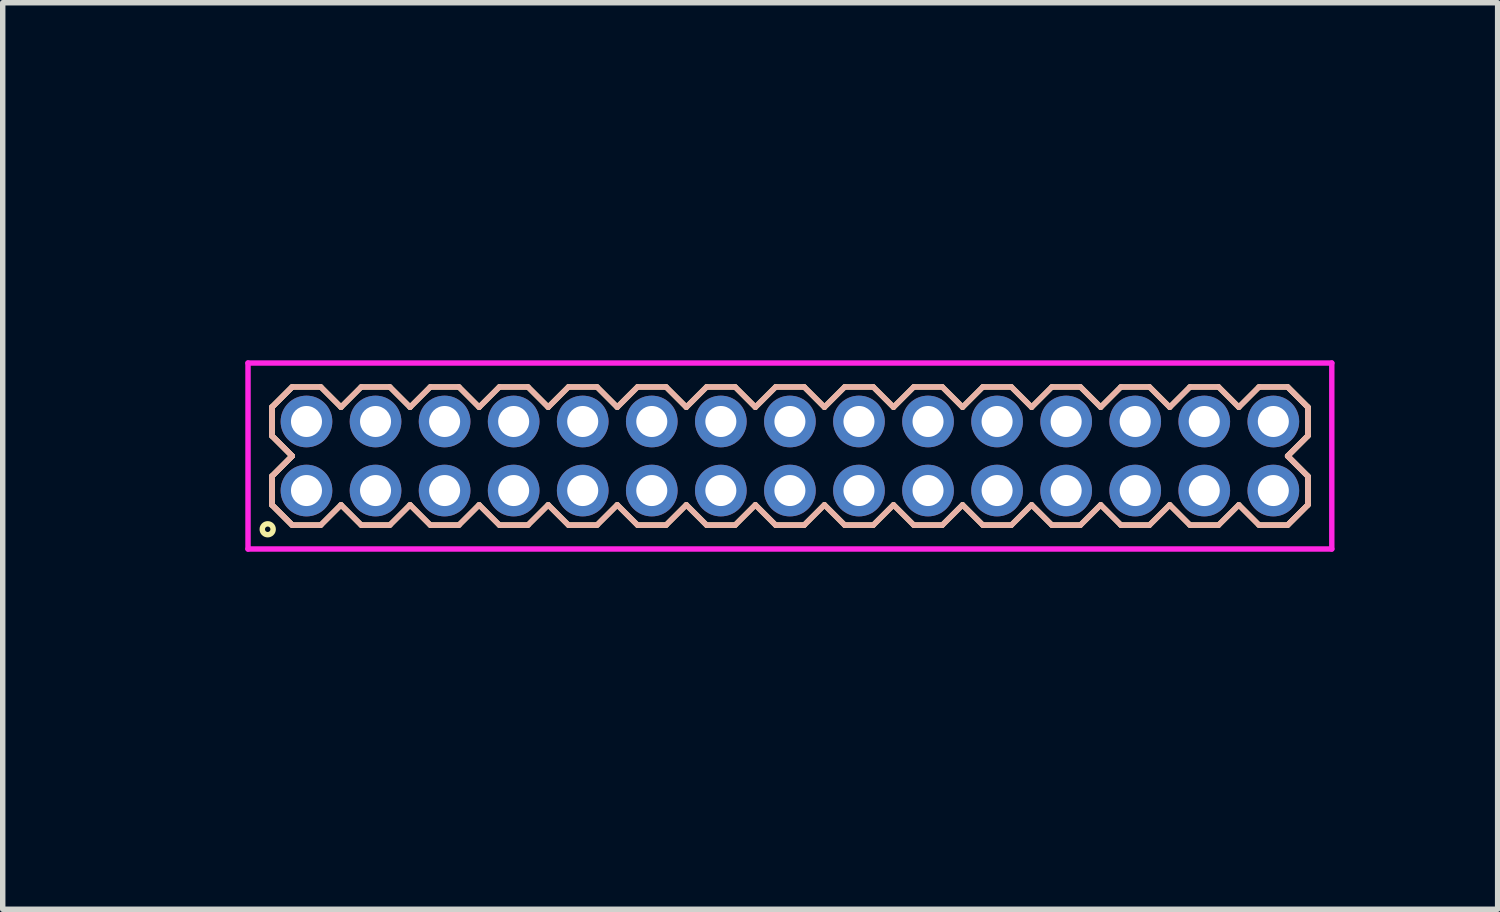
<source format=kicad_pcb>
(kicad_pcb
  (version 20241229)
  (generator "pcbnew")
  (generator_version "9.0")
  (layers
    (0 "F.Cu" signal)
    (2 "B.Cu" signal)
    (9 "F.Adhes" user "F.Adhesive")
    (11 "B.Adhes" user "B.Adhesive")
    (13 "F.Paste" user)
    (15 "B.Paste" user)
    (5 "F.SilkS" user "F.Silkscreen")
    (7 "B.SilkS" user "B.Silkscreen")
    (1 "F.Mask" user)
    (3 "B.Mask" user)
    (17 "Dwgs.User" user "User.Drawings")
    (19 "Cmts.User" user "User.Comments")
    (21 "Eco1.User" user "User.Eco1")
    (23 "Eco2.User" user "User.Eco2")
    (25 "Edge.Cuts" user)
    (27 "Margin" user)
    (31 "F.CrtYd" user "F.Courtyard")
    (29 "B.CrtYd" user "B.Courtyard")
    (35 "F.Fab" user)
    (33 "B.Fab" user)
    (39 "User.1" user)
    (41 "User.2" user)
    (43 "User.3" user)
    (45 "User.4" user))
  (footprint "HDR127P15x2"
    (layer "F.Cu")
    (at 11.476 5.336)
    (property "Reference" "HDR127P15x2" (at -10.715 0 90) (layer "User.1") (effects (font (size 1 1) (thickness 0.1))))
    (attr through_hole)
    (fp_line (start -9.525 -0.898) (end -9.153 -1.27) (stroke (width 0.1) (type solid)) (layer "F.SilkS"))
    (fp_line (start -9.525 -0.898) (end -9.153 -1.27) (stroke (width 0.1) (type solid)) (layer "F.SilkS"))
    (fp_line (start -9.525 -0.372) (end -9.525 -0.898) (stroke (width 0.1) (type solid)) (layer "F.SilkS"))
    (fp_line (start -9.525 -0.372) (end -9.525 -0.898) (stroke (width 0.1) (type solid)) (layer "F.SilkS"))
    (fp_line (start -9.525 0.372) (end -9.153 0) (stroke (width 0.1) (type solid)) (layer "F.SilkS"))
    (fp_line (start -9.525 0.372) (end -9.153 0) (stroke (width 0.1) (type solid)) (layer "F.SilkS"))
    (fp_line (start -9.525 0.898) (end -9.525 0.372) (stroke (width 0.1) (type solid)) (layer "F.SilkS"))
    (fp_line (start -9.525 0.898) (end -9.525 0.372) (stroke (width 0.1) (type solid)) (layer "F.SilkS"))
    (fp_line (start -9.153 -1.27) (end -8.627 -1.27) (stroke (width 0.1) (type solid)) (layer "F.SilkS"))
    (fp_line (start -9.153 0) (end -9.525 -0.372) (stroke (width 0.1) (type solid)) (layer "F.SilkS"))
    (fp_line (start -9.153 0) (end -9.525 -0.372) (stroke (width 0.1) (type solid)) (layer "F.SilkS"))
    (fp_line (start -9.153 1.27) (end -9.525 0.898) (stroke (width 0.1) (type solid)) (layer "F.SilkS"))
    (fp_line (start -9.153 1.27) (end -9.525 0.898) (stroke (width 0.1) (type solid)) (layer "F.SilkS"))
    (fp_line (start -8.627 -1.27) (end -8.255 -0.898) (stroke (width 0.1) (type solid)) (layer "F.SilkS"))
    (fp_line (start -8.627 1.27) (end -9.153 1.27) (stroke (width 0.1) (type solid)) (layer "F.SilkS"))
    (fp_line (start -8.255 -0.898) (end -7.883 -1.27) (stroke (width 0.1) (type solid)) (layer "F.SilkS"))
    (fp_line (start -8.255 0.898) (end -8.627 1.27) (stroke (width 0.1) (type solid)) (layer "F.SilkS"))
    (fp_line (start -7.883 -1.27) (end -7.357 -1.27) (stroke (width 0.1) (type solid)) (layer "F.SilkS"))
    (fp_line (start -7.883 1.27) (end -8.255 0.898) (stroke (width 0.1) (type solid)) (layer "F.SilkS"))
    (fp_line (start -7.357 -1.27) (end -6.985 -0.898) (stroke (width 0.1) (type solid)) (layer "F.SilkS"))
    (fp_line (start -7.357 1.27) (end -7.883 1.27) (stroke (width 0.1) (type solid)) (layer "F.SilkS"))
    (fp_line (start -6.985 -0.898) (end -6.613 -1.27) (stroke (width 0.1) (type solid)) (layer "F.SilkS"))
    (fp_line (start -6.985 0.898) (end -7.357 1.27) (stroke (width 0.1) (type solid)) (layer "F.SilkS"))
    (fp_line (start -6.613 -1.27) (end -6.087 -1.27) (stroke (width 0.1) (type solid)) (layer "F.SilkS"))
    (fp_line (start -6.613 1.27) (end -6.985 0.898) (stroke (width 0.1) (type solid)) (layer "F.SilkS"))
    (fp_line (start -6.087 -1.27) (end -5.715 -0.898) (stroke (width 0.1) (type solid)) (layer "F.SilkS"))
    (fp_line (start -6.087 1.27) (end -6.613 1.27) (stroke (width 0.1) (type solid)) (layer "F.SilkS"))
    (fp_line (start -5.715 -0.898) (end -5.343 -1.27) (stroke (width 0.1) (type solid)) (layer "F.SilkS"))
    (fp_line (start -5.715 0.898) (end -6.087 1.27) (stroke (width 0.1) (type solid)) (layer "F.SilkS"))
    (fp_line (start -5.343 -1.27) (end -4.817 -1.27) (stroke (width 0.1) (type solid)) (layer "F.SilkS"))
    (fp_line (start -5.343 1.27) (end -5.715 0.898) (stroke (width 0.1) (type solid)) (layer "F.SilkS"))
    (fp_line (start -4.817 -1.27) (end -4.445 -0.898) (stroke (width 0.1) (type solid)) (layer "F.SilkS"))
    (fp_line (start -4.817 1.27) (end -5.343 1.27) (stroke (width 0.1) (type solid)) (layer "F.SilkS"))
    (fp_line (start -4.445 -0.898) (end -4.073 -1.27) (stroke (width 0.1) (type solid)) (layer "F.SilkS"))
    (fp_line (start -4.445 0.898) (end -4.817 1.27) (stroke (width 0.1) (type solid)) (layer "F.SilkS"))
    (fp_line (start -4.073 -1.27) (end -3.547 -1.27) (stroke (width 0.1) (type solid)) (layer "F.SilkS"))
    (fp_line (start -4.073 1.27) (end -4.445 0.898) (stroke (width 0.1) (type solid)) (layer "F.SilkS"))
    (fp_line (start -3.547 -1.27) (end -3.175 -0.898) (stroke (width 0.1) (type solid)) (layer "F.SilkS"))
    (fp_line (start -3.547 1.27) (end -4.073 1.27) (stroke (width 0.1) (type solid)) (layer "F.SilkS"))
    (fp_line (start -3.175 -0.898) (end -2.803 -1.27) (stroke (width 0.1) (type solid)) (layer "F.SilkS"))
    (fp_line (start -3.175 0.898) (end -3.547 1.27) (stroke (width 0.1) (type solid)) (layer "F.SilkS"))
    (fp_line (start -2.803 -1.27) (end -2.277 -1.27) (stroke (width 0.1) (type solid)) (layer "F.SilkS"))
    (fp_line (start -2.803 1.27) (end -3.175 0.898) (stroke (width 0.1) (type solid)) (layer "F.SilkS"))
    (fp_line (start -2.277 -1.27) (end -1.905 -0.898) (stroke (width 0.1) (type solid)) (layer "F.SilkS"))
    (fp_line (start -2.277 1.27) (end -2.803 1.27) (stroke (width 0.1) (type solid)) (layer "F.SilkS"))
    (fp_line (start -1.905 -0.898) (end -1.533 -1.27) (stroke (width 0.1) (type solid)) (layer "F.SilkS"))
    (fp_line (start -1.905 0.898) (end -2.277 1.27) (stroke (width 0.1) (type solid)) (layer "F.SilkS"))
    (fp_line (start -1.533 -1.27) (end -1.007 -1.27) (stroke (width 0.1) (type solid)) (layer "F.SilkS"))
    (fp_line (start -1.533 1.27) (end -1.905 0.898) (stroke (width 0.1) (type solid)) (layer "F.SilkS"))
    (fp_line (start -1.007 -1.27) (end -0.635 -0.898) (stroke (width 0.1) (type solid)) (layer "F.SilkS"))
    (fp_line (start -1.007 1.27) (end -1.533 1.27) (stroke (width 0.1) (type solid)) (layer "F.SilkS"))
    (fp_line (start -0.635 -0.898) (end -0.263 -1.27) (stroke (width 0.1) (type solid)) (layer "F.SilkS"))
    (fp_line (start -0.635 0.898) (end -1.007 1.27) (stroke (width 0.1) (type solid)) (layer "F.SilkS"))
    (fp_line (start -0.263 -1.27) (end 0.263 -1.27) (stroke (width 0.1) (type solid)) (layer "F.SilkS"))
    (fp_line (start -0.263 1.27) (end -0.635 0.898) (stroke (width 0.1) (type solid)) (layer "F.SilkS"))
    (fp_line (start 0.263 -1.27) (end 0.635 -0.898) (stroke (width 0.1) (type solid)) (layer "F.SilkS"))
    (fp_line (start 0.263 1.27) (end -0.263 1.27) (stroke (width 0.1) (type solid)) (layer "F.SilkS"))
    (fp_line (start 0.635 -0.898) (end 1.007 -1.27) (stroke (width 0.1) (type solid)) (layer "F.SilkS"))
    (fp_line (start 0.635 0.898) (end 0.263 1.27) (stroke (width 0.1) (type solid)) (layer "F.SilkS"))
    (fp_line (start 1.007 -1.27) (end 1.533 -1.27) (stroke (width 0.1) (type solid)) (layer "F.SilkS"))
    (fp_line (start 1.007 1.27) (end 0.635 0.898) (stroke (width 0.1) (type solid)) (layer "F.SilkS"))
    (fp_line (start 1.533 -1.27) (end 1.905 -0.898) (stroke (width 0.1) (type solid)) (layer "F.SilkS"))
    (fp_line (start 1.533 1.27) (end 1.007 1.27) (stroke (width 0.1) (type solid)) (layer "F.SilkS"))
    (fp_line (start 1.905 -0.898) (end 2.277 -1.27) (stroke (width 0.1) (type solid)) (layer "F.SilkS"))
    (fp_line (start 1.905 0.898) (end 1.533 1.27) (stroke (width 0.1) (type solid)) (layer "F.SilkS"))
    (fp_line (start 2.277 -1.27) (end 2.803 -1.27) (stroke (width 0.1) (type solid)) (layer "F.SilkS"))
    (fp_line (start 2.277 1.27) (end 1.905 0.898) (stroke (width 0.1) (type solid)) (layer "F.SilkS"))
    (fp_line (start 2.803 -1.27) (end 3.175 -0.898) (stroke (width 0.1) (type solid)) (layer "F.SilkS"))
    (fp_line (start 2.803 1.27) (end 2.277 1.27) (stroke (width 0.1) (type solid)) (layer "F.SilkS"))
    (fp_line (start 3.175 -0.898) (end 3.547 -1.27) (stroke (width 0.1) (type solid)) (layer "F.SilkS"))
    (fp_line (start 3.175 0.898) (end 2.803 1.27) (stroke (width 0.1) (type solid)) (layer "F.SilkS"))
    (fp_line (start 3.547 -1.27) (end 4.073 -1.27) (stroke (width 0.1) (type solid)) (layer "F.SilkS"))
    (fp_line (start 3.547 1.27) (end 3.175 0.898) (stroke (width 0.1) (type solid)) (layer "F.SilkS"))
    (fp_line (start 4.073 -1.27) (end 4.445 -0.898) (stroke (width 0.1) (type solid)) (layer "F.SilkS"))
    (fp_line (start 4.073 1.27) (end 3.547 1.27) (stroke (width 0.1) (type solid)) (layer "F.SilkS"))
    (fp_line (start 4.445 -0.898) (end 4.817 -1.27) (stroke (width 0.1) (type solid)) (layer "F.SilkS"))
    (fp_line (start 4.445 0.898) (end 4.073 1.27) (stroke (width 0.1) (type solid)) (layer "F.SilkS"))
    (fp_line (start 4.817 -1.27) (end 5.343 -1.27) (stroke (width 0.1) (type solid)) (layer "F.SilkS"))
    (fp_line (start 4.817 1.27) (end 4.445 0.898) (stroke (width 0.1) (type solid)) (layer "F.SilkS"))
    (fp_line (start 5.343 -1.27) (end 5.715 -0.898) (stroke (width 0.1) (type solid)) (layer "F.SilkS"))
    (fp_line (start 5.343 1.27) (end 4.817 1.27) (stroke (width 0.1) (type solid)) (layer "F.SilkS"))
    (fp_line (start 5.715 -0.898) (end 6.087 -1.27) (stroke (width 0.1) (type solid)) (layer "F.SilkS"))
    (fp_line (start 5.715 0.898) (end 5.343 1.27) (stroke (width 0.1) (type solid)) (layer "F.SilkS"))
    (fp_line (start 6.087 -1.27) (end 6.613 -1.27) (stroke (width 0.1) (type solid)) (layer "F.SilkS"))
    (fp_line (start 6.087 1.27) (end 5.715 0.898) (stroke (width 0.1) (type solid)) (layer "F.SilkS"))
    (fp_line (start 6.613 -1.27) (end 6.985 -0.898) (stroke (width 0.1) (type solid)) (layer "F.SilkS"))
    (fp_line (start 6.613 1.27) (end 6.087 1.27) (stroke (width 0.1) (type solid)) (layer "F.SilkS"))
    (fp_line (start 6.985 -0.898) (end 7.357 -1.27) (stroke (width 0.1) (type solid)) (layer "F.SilkS"))
    (fp_line (start 6.985 0.898) (end 6.613 1.27) (stroke (width 0.1) (type solid)) (layer "F.SilkS"))
    (fp_line (start 7.357 -1.27) (end 7.883 -1.27) (stroke (width 0.1) (type solid)) (layer "F.SilkS"))
    (fp_line (start 7.357 1.27) (end 6.985 0.898) (stroke (width 0.1) (type solid)) (layer "F.SilkS"))
    (fp_line (start 7.883 -1.27) (end 8.255 -0.898) (stroke (width 0.1) (type solid)) (layer "F.SilkS"))
    (fp_line (start 7.883 1.27) (end 7.357 1.27) (stroke (width 0.1) (type solid)) (layer "F.SilkS"))
    (fp_line (start 8.255 -0.898) (end 8.627 -1.27) (stroke (width 0.1) (type solid)) (layer "F.SilkS"))
    (fp_line (start 8.255 0.898) (end 7.883 1.27) (stroke (width 0.1) (type solid)) (layer "F.SilkS"))
    (fp_line (start 8.627 -1.27) (end 9.153 -1.27) (stroke (width 0.1) (type solid)) (layer "F.SilkS"))
    (fp_line (start 8.627 1.27) (end 8.255 0.898) (stroke (width 0.1) (type solid)) (layer "F.SilkS"))
    (fp_line (start 9.153 -1.27) (end 9.525 -0.898) (stroke (width 0.1) (type solid)) (layer "F.SilkS"))
    (fp_line (start 9.153 -1.27) (end 9.525 -0.898) (stroke (width 0.1) (type solid)) (layer "F.SilkS"))
    (fp_line (start 9.153 0) (end 9.525 0.372) (stroke (width 0.1) (type solid)) (layer "F.SilkS"))
    (fp_line (start 9.153 0) (end 9.525 0.372) (stroke (width 0.1) (type solid)) (layer "F.SilkS"))
    (fp_line (start 9.153 1.27) (end 8.627 1.27) (stroke (width 0.1) (type solid)) (layer "F.SilkS"))
    (fp_line (start 9.525 -0.898) (end 9.525 -0.372) (stroke (width 0.1) (type solid)) (layer "F.SilkS"))
    (fp_line (start 9.525 -0.898) (end 9.525 -0.372) (stroke (width 0.1) (type solid)) (layer "F.SilkS"))
    (fp_line (start 9.525 -0.372) (end 9.153 0) (stroke (width 0.1) (type solid)) (layer "F.SilkS"))
    (fp_line (start 9.525 -0.372) (end 9.153 0) (stroke (width 0.1) (type solid)) (layer "F.SilkS"))
    (fp_line (start 9.525 0.372) (end 9.525 0.898) (stroke (width 0.1) (type solid)) (layer "F.SilkS"))
    (fp_line (start 9.525 0.372) (end 9.525 0.898) (stroke (width 0.1) (type solid)) (layer "F.SilkS"))
    (fp_line (start 9.525 0.898) (end 9.153 1.27) (stroke (width 0.1) (type solid)) (layer "F.SilkS"))
    (fp_line (start 9.525 0.898) (end 9.153 1.27) (stroke (width 0.1) (type solid)) (layer "F.SilkS"))
    (fp_circle (center -9.603 1.347) (end -9.503 1.347) (stroke (width 0.1) (type solid)) (fill no) (layer "F.SilkS"))
    (fp_line (start -9.525 -0.898) (end -9.153 -1.27) (stroke (width 0.1) (type solid)) (layer "B.SilkS"))
    (fp_line (start -9.525 -0.898) (end -9.153 -1.27) (stroke (width 0.1) (type solid)) (layer "B.SilkS"))
    (fp_line (start -9.525 -0.372) (end -9.525 -0.898) (stroke (width 0.1) (type solid)) (layer "B.SilkS"))
    (fp_line (start -9.525 -0.372) (end -9.525 -0.898) (stroke (width 0.1) (type solid)) (layer "B.SilkS"))
    (fp_line (start -9.525 0.372) (end -9.153 0) (stroke (width 0.1) (type solid)) (layer "B.SilkS"))
    (fp_line (start -9.525 0.372) (end -9.153 0) (stroke (width 0.1) (type solid)) (layer "B.SilkS"))
    (fp_line (start -9.525 0.898) (end -9.525 0.372) (stroke (width 0.1) (type solid)) (layer "B.SilkS"))
    (fp_line (start -9.525 0.898) (end -9.525 0.372) (stroke (width 0.1) (type solid)) (layer "B.SilkS"))
    (fp_line (start -9.153 -1.27) (end -8.627 -1.27) (stroke (width 0.1) (type solid)) (layer "B.SilkS"))
    (fp_line (start -9.153 0) (end -9.525 -0.372) (stroke (width 0.1) (type solid)) (layer "B.SilkS"))
    (fp_line (start -9.153 0) (end -9.525 -0.372) (stroke (width 0.1) (type solid)) (layer "B.SilkS"))
    (fp_line (start -9.153 1.27) (end -9.525 0.898) (stroke (width 0.1) (type solid)) (layer "B.SilkS"))
    (fp_line (start -9.153 1.27) (end -9.525 0.898) (stroke (width 0.1) (type solid)) (layer "B.SilkS"))
    (fp_line (start -8.627 -1.27) (end -8.255 -0.898) (stroke (width 0.1) (type solid)) (layer "B.SilkS"))
    (fp_line (start -8.627 1.27) (end -9.153 1.27) (stroke (width 0.1) (type solid)) (layer "B.SilkS"))
    (fp_line (start -8.255 -0.898) (end -7.883 -1.27) (stroke (width 0.1) (type solid)) (layer "B.SilkS"))
    (fp_line (start -8.255 0.898) (end -8.627 1.27) (stroke (width 0.1) (type solid)) (layer "B.SilkS"))
    (fp_line (start -7.883 -1.27) (end -7.357 -1.27) (stroke (width 0.1) (type solid)) (layer "B.SilkS"))
    (fp_line (start -7.883 1.27) (end -8.255 0.898) (stroke (width 0.1) (type solid)) (layer "B.SilkS"))
    (fp_line (start -7.357 -1.27) (end -6.985 -0.898) (stroke (width 0.1) (type solid)) (layer "B.SilkS"))
    (fp_line (start -7.357 1.27) (end -7.883 1.27) (stroke (width 0.1) (type solid)) (layer "B.SilkS"))
    (fp_line (start -6.985 -0.898) (end -6.613 -1.27) (stroke (width 0.1) (type solid)) (layer "B.SilkS"))
    (fp_line (start -6.985 0.898) (end -7.357 1.27) (stroke (width 0.1) (type solid)) (layer "B.SilkS"))
    (fp_line (start -6.613 -1.27) (end -6.087 -1.27) (stroke (width 0.1) (type solid)) (layer "B.SilkS"))
    (fp_line (start -6.613 1.27) (end -6.985 0.898) (stroke (width 0.1) (type solid)) (layer "B.SilkS"))
    (fp_line (start -6.087 -1.27) (end -5.715 -0.898) (stroke (width 0.1) (type solid)) (layer "B.SilkS"))
    (fp_line (start -6.087 1.27) (end -6.613 1.27) (stroke (width 0.1) (type solid)) (layer "B.SilkS"))
    (fp_line (start -5.715 -0.898) (end -5.343 -1.27) (stroke (width 0.1) (type solid)) (layer "B.SilkS"))
    (fp_line (start -5.715 0.898) (end -6.087 1.27) (stroke (width 0.1) (type solid)) (layer "B.SilkS"))
    (fp_line (start -5.343 -1.27) (end -4.817 -1.27) (stroke (width 0.1) (type solid)) (layer "B.SilkS"))
    (fp_line (start -5.343 1.27) (end -5.715 0.898) (stroke (width 0.1) (type solid)) (layer "B.SilkS"))
    (fp_line (start -4.817 -1.27) (end -4.445 -0.898) (stroke (width 0.1) (type solid)) (layer "B.SilkS"))
    (fp_line (start -4.817 1.27) (end -5.343 1.27) (stroke (width 0.1) (type solid)) (layer "B.SilkS"))
    (fp_line (start -4.445 -0.898) (end -4.073 -1.27) (stroke (width 0.1) (type solid)) (layer "B.SilkS"))
    (fp_line (start -4.445 0.898) (end -4.817 1.27) (stroke (width 0.1) (type solid)) (layer "B.SilkS"))
    (fp_line (start -4.073 -1.27) (end -3.547 -1.27) (stroke (width 0.1) (type solid)) (layer "B.SilkS"))
    (fp_line (start -4.073 1.27) (end -4.445 0.898) (stroke (width 0.1) (type solid)) (layer "B.SilkS"))
    (fp_line (start -3.547 -1.27) (end -3.175 -0.898) (stroke (width 0.1) (type solid)) (layer "B.SilkS"))
    (fp_line (start -3.547 1.27) (end -4.073 1.27) (stroke (width 0.1) (type solid)) (layer "B.SilkS"))
    (fp_line (start -3.175 -0.898) (end -2.803 -1.27) (stroke (width 0.1) (type solid)) (layer "B.SilkS"))
    (fp_line (start -3.175 0.898) (end -3.547 1.27) (stroke (width 0.1) (type solid)) (layer "B.SilkS"))
    (fp_line (start -2.803 -1.27) (end -2.277 -1.27) (stroke (width 0.1) (type solid)) (layer "B.SilkS"))
    (fp_line (start -2.803 1.27) (end -3.175 0.898) (stroke (width 0.1) (type solid)) (layer "B.SilkS"))
    (fp_line (start -2.277 -1.27) (end -1.905 -0.898) (stroke (width 0.1) (type solid)) (layer "B.SilkS"))
    (fp_line (start -2.277 1.27) (end -2.803 1.27) (stroke (width 0.1) (type solid)) (layer "B.SilkS"))
    (fp_line (start -1.905 -0.898) (end -1.533 -1.27) (stroke (width 0.1) (type solid)) (layer "B.SilkS"))
    (fp_line (start -1.905 0.898) (end -2.277 1.27) (stroke (width 0.1) (type solid)) (layer "B.SilkS"))
    (fp_line (start -1.533 -1.27) (end -1.007 -1.27) (stroke (width 0.1) (type solid)) (layer "B.SilkS"))
    (fp_line (start -1.533 1.27) (end -1.905 0.898) (stroke (width 0.1) (type solid)) (layer "B.SilkS"))
    (fp_line (start -1.007 -1.27) (end -0.635 -0.898) (stroke (width 0.1) (type solid)) (layer "B.SilkS"))
    (fp_line (start -1.007 1.27) (end -1.533 1.27) (stroke (width 0.1) (type solid)) (layer "B.SilkS"))
    (fp_line (start -0.635 -0.898) (end -0.263 -1.27) (stroke (width 0.1) (type solid)) (layer "B.SilkS"))
    (fp_line (start -0.635 0.898) (end -1.007 1.27) (stroke (width 0.1) (type solid)) (layer "B.SilkS"))
    (fp_line (start -0.263 -1.27) (end 0.263 -1.27) (stroke (width 0.1) (type solid)) (layer "B.SilkS"))
    (fp_line (start -0.263 1.27) (end -0.635 0.898) (stroke (width 0.1) (type solid)) (layer "B.SilkS"))
    (fp_line (start 0.263 -1.27) (end 0.635 -0.898) (stroke (width 0.1) (type solid)) (layer "B.SilkS"))
    (fp_line (start 0.263 1.27) (end -0.263 1.27) (stroke (width 0.1) (type solid)) (layer "B.SilkS"))
    (fp_line (start 0.635 -0.898) (end 1.007 -1.27) (stroke (width 0.1) (type solid)) (layer "B.SilkS"))
    (fp_line (start 0.635 0.898) (end 0.263 1.27) (stroke (width 0.1) (type solid)) (layer "B.SilkS"))
    (fp_line (start 1.007 -1.27) (end 1.533 -1.27) (stroke (width 0.1) (type solid)) (layer "B.SilkS"))
    (fp_line (start 1.007 1.27) (end 0.635 0.898) (stroke (width 0.1) (type solid)) (layer "B.SilkS"))
    (fp_line (start 1.533 -1.27) (end 1.905 -0.898) (stroke (width 0.1) (type solid)) (layer "B.SilkS"))
    (fp_line (start 1.533 1.27) (end 1.007 1.27) (stroke (width 0.1) (type solid)) (layer "B.SilkS"))
    (fp_line (start 1.905 -0.898) (end 2.277 -1.27) (stroke (width 0.1) (type solid)) (layer "B.SilkS"))
    (fp_line (start 1.905 0.898) (end 1.533 1.27) (stroke (width 0.1) (type solid)) (layer "B.SilkS"))
    (fp_line (start 2.277 -1.27) (end 2.803 -1.27) (stroke (width 0.1) (type solid)) (layer "B.SilkS"))
    (fp_line (start 2.277 1.27) (end 1.905 0.898) (stroke (width 0.1) (type solid)) (layer "B.SilkS"))
    (fp_line (start 2.803 -1.27) (end 3.175 -0.898) (stroke (width 0.1) (type solid)) (layer "B.SilkS"))
    (fp_line (start 2.803 1.27) (end 2.277 1.27) (stroke (width 0.1) (type solid)) (layer "B.SilkS"))
    (fp_line (start 3.175 -0.898) (end 3.547 -1.27) (stroke (width 0.1) (type solid)) (layer "B.SilkS"))
    (fp_line (start 3.175 0.898) (end 2.803 1.27) (stroke (width 0.1) (type solid)) (layer "B.SilkS"))
    (fp_line (start 3.547 -1.27) (end 4.073 -1.27) (stroke (width 0.1) (type solid)) (layer "B.SilkS"))
    (fp_line (start 3.547 1.27) (end 3.175 0.898) (stroke (width 0.1) (type solid)) (layer "B.SilkS"))
    (fp_line (start 4.073 -1.27) (end 4.445 -0.898) (stroke (width 0.1) (type solid)) (layer "B.SilkS"))
    (fp_line (start 4.073 1.27) (end 3.547 1.27) (stroke (width 0.1) (type solid)) (layer "B.SilkS"))
    (fp_line (start 4.445 -0.898) (end 4.817 -1.27) (stroke (width 0.1) (type solid)) (layer "B.SilkS"))
    (fp_line (start 4.445 0.898) (end 4.073 1.27) (stroke (width 0.1) (type solid)) (layer "B.SilkS"))
    (fp_line (start 4.817 -1.27) (end 5.343 -1.27) (stroke (width 0.1) (type solid)) (layer "B.SilkS"))
    (fp_line (start 4.817 1.27) (end 4.445 0.898) (stroke (width 0.1) (type solid)) (layer "B.SilkS"))
    (fp_line (start 5.343 -1.27) (end 5.715 -0.898) (stroke (width 0.1) (type solid)) (layer "B.SilkS"))
    (fp_line (start 5.343 1.27) (end 4.817 1.27) (stroke (width 0.1) (type solid)) (layer "B.SilkS"))
    (fp_line (start 5.715 -0.898) (end 6.087 -1.27) (stroke (width 0.1) (type solid)) (layer "B.SilkS"))
    (fp_line (start 5.715 0.898) (end 5.343 1.27) (stroke (width 0.1) (type solid)) (layer "B.SilkS"))
    (fp_line (start 6.087 -1.27) (end 6.613 -1.27) (stroke (width 0.1) (type solid)) (layer "B.SilkS"))
    (fp_line (start 6.087 1.27) (end 5.715 0.898) (stroke (width 0.1) (type solid)) (layer "B.SilkS"))
    (fp_line (start 6.613 -1.27) (end 6.985 -0.898) (stroke (width 0.1) (type solid)) (layer "B.SilkS"))
    (fp_line (start 6.613 1.27) (end 6.087 1.27) (stroke (width 0.1) (type solid)) (layer "B.SilkS"))
    (fp_line (start 6.985 -0.898) (end 7.357 -1.27) (stroke (width 0.1) (type solid)) (layer "B.SilkS"))
    (fp_line (start 6.985 0.898) (end 6.613 1.27) (stroke (width 0.1) (type solid)) (layer "B.SilkS"))
    (fp_line (start 7.357 -1.27) (end 7.883 -1.27) (stroke (width 0.1) (type solid)) (layer "B.SilkS"))
    (fp_line (start 7.357 1.27) (end 6.985 0.898) (stroke (width 0.1) (type solid)) (layer "B.SilkS"))
    (fp_line (start 7.883 -1.27) (end 8.255 -0.898) (stroke (width 0.1) (type solid)) (layer "B.SilkS"))
    (fp_line (start 7.883 1.27) (end 7.357 1.27) (stroke (width 0.1) (type solid)) (layer "B.SilkS"))
    (fp_line (start 8.255 -0.898) (end 8.627 -1.27) (stroke (width 0.1) (type solid)) (layer "B.SilkS"))
    (fp_line (start 8.255 0.898) (end 7.883 1.27) (stroke (width 0.1) (type solid)) (layer "B.SilkS"))
    (fp_line (start 8.627 -1.27) (end 9.153 -1.27) (stroke (width 0.1) (type solid)) (layer "B.SilkS"))
    (fp_line (start 8.627 1.27) (end 8.255 0.898) (stroke (width 0.1) (type solid)) (layer "B.SilkS"))
    (fp_line (start 9.153 -1.27) (end 9.525 -0.898) (stroke (width 0.1) (type solid)) (layer "B.SilkS"))
    (fp_line (start 9.153 -1.27) (end 9.525 -0.898) (stroke (width 0.1) (type solid)) (layer "B.SilkS"))
    (fp_line (start 9.153 0) (end 9.525 0.372) (stroke (width 0.1) (type solid)) (layer "B.SilkS"))
    (fp_line (start 9.153 0) (end 9.525 0.372) (stroke (width 0.1) (type solid)) (layer "B.SilkS"))
    (fp_line (start 9.153 1.27) (end 8.627 1.27) (stroke (width 0.1) (type solid)) (layer "B.SilkS"))
    (fp_line (start 9.525 -0.898) (end 9.525 -0.372) (stroke (width 0.1) (type solid)) (layer "B.SilkS"))
    (fp_line (start 9.525 -0.898) (end 9.525 -0.372) (stroke (width 0.1) (type solid)) (layer "B.SilkS"))
    (fp_line (start 9.525 -0.372) (end 9.153 0) (stroke (width 0.1) (type solid)) (layer "B.SilkS"))
    (fp_line (start 9.525 -0.372) (end 9.153 0) (stroke (width 0.1) (type solid)) (layer "B.SilkS"))
    (fp_line (start 9.525 0.372) (end 9.525 0.898) (stroke (width 0.1) (type solid)) (layer "B.SilkS"))
    (fp_line (start 9.525 0.372) (end 9.525 0.898) (stroke (width 0.1) (type solid)) (layer "B.SilkS"))
    (fp_line (start 9.525 0.898) (end 9.153 1.27) (stroke (width 0.1) (type solid)) (layer "B.SilkS"))
    (fp_line (start 9.525 0.898) (end 9.153 1.27) (stroke (width 0.1) (type solid)) (layer "B.SilkS"))
    (fp_line (start -9.965 -1.71) (end -9.965 1.71) (stroke (width 0.1) (type solid)) (layer "F.CrtYd"))
    (fp_line (start -9.965 1.71) (end 9.965 1.71) (stroke (width 0.1) (type solid)) (layer "F.CrtYd"))
    (fp_line (start 9.965 -1.71) (end -9.965 -1.71) (stroke (width 0.1) (type solid)) (layer "F.CrtYd"))
    (fp_line (start 9.965 1.71) (end 9.965 -1.71) (stroke (width 0.1) (type solid)) (layer "F.CrtYd"))
    (pad "1" thru_hole oval (at -8.89 0.635) (size 0.95 0.95) (drill 0.57) (layers "*.Cu" "*.Mask"))
    (pad "2" thru_hole oval (at -8.89 -0.635) (size 0.95 0.95) (drill 0.57) (layers "*.Cu" "*.Mask"))
    (pad "3" thru_hole oval (at -7.62 0.635) (size 0.95 0.95) (drill 0.57) (layers "*.Cu" "*.Mask"))
    (pad "4" thru_hole oval (at -7.62 -0.635) (size 0.95 0.95) (drill 0.57) (layers "*.Cu" "*.Mask"))
    (pad "5" thru_hole oval (at -6.35 0.635) (size 0.95 0.95) (drill 0.57) (layers "*.Cu" "*.Mask"))
    (pad "6" thru_hole oval (at -6.35 -0.635) (size 0.95 0.95) (drill 0.57) (layers "*.Cu" "*.Mask"))
    (pad "7" thru_hole oval (at -5.08 0.635) (size 0.95 0.95) (drill 0.57) (layers "*.Cu" "*.Mask"))
    (pad "8" thru_hole oval (at -5.08 -0.635) (size 0.95 0.95) (drill 0.57) (layers "*.Cu" "*.Mask"))
    (pad "9" thru_hole oval (at -3.81 0.635) (size 0.95 0.95) (drill 0.57) (layers "*.Cu" "*.Mask"))
    (pad "10" thru_hole oval (at -3.81 -0.635) (size 0.95 0.95) (drill 0.57) (layers "*.Cu" "*.Mask"))
    (pad "11" thru_hole oval (at -2.54 0.635) (size 0.95 0.95) (drill 0.57) (layers "*.Cu" "*.Mask"))
    (pad "12" thru_hole oval (at -2.54 -0.635) (size 0.95 0.95) (drill 0.57) (layers "*.Cu" "*.Mask"))
    (pad "13" thru_hole oval (at -1.27 0.635) (size 0.95 0.95) (drill 0.57) (layers "*.Cu" "*.Mask"))
    (pad "14" thru_hole oval (at -1.27 -0.635) (size 0.95 0.95) (drill 0.57) (layers "*.Cu" "*.Mask"))
    (pad "15" thru_hole oval (at 0 0.635) (size 0.95 0.95) (drill 0.57) (layers "*.Cu" "*.Mask"))
    (pad "16" thru_hole oval (at 0 -0.635) (size 0.95 0.95) (drill 0.57) (layers "*.Cu" "*.Mask"))
    (pad "17" thru_hole oval (at 1.27 0.635) (size 0.95 0.95) (drill 0.57) (layers "*.Cu" "*.Mask"))
    (pad "18" thru_hole oval (at 1.27 -0.635) (size 0.95 0.95) (drill 0.57) (layers "*.Cu" "*.Mask"))
    (pad "19" thru_hole oval (at 2.54 0.635) (size 0.95 0.95) (drill 0.57) (layers "*.Cu" "*.Mask"))
    (pad "20" thru_hole oval (at 2.54 -0.635) (size 0.95 0.95) (drill 0.57) (layers "*.Cu" "*.Mask"))
    (pad "21" thru_hole oval (at 3.81 0.635) (size 0.95 0.95) (drill 0.57) (layers "*.Cu" "*.Mask"))
    (pad "22" thru_hole oval (at 3.81 -0.635) (size 0.95 0.95) (drill 0.57) (layers "*.Cu" "*.Mask"))
    (pad "23" thru_hole oval (at 5.08 0.635) (size 0.95 0.95) (drill 0.57) (layers "*.Cu" "*.Mask"))
    (pad "24" thru_hole oval (at 5.08 -0.635) (size 0.95 0.95) (drill 0.57) (layers "*.Cu" "*.Mask"))
    (pad "25" thru_hole oval (at 6.35 0.635) (size 0.95 0.95) (drill 0.57) (layers "*.Cu" "*.Mask"))
    (pad "26" thru_hole oval (at 6.35 -0.635) (size 0.95 0.95) (drill 0.57) (layers "*.Cu" "*.Mask"))
    (pad "27" thru_hole oval (at 7.62 0.635) (size 0.95 0.95) (drill 0.57) (layers "*.Cu" "*.Mask"))
    (pad "28" thru_hole oval (at 7.62 -0.635) (size 0.95 0.95) (drill 0.57) (layers "*.Cu" "*.Mask"))
    (pad "29" thru_hole oval (at 8.89 0.635) (size 0.95 0.95) (drill 0.57) (layers "*.Cu" "*.Mask"))
    (pad "30" thru_hole oval (at 8.89 -0.635) (size 0.95 0.95) (drill 0.57) (layers "*.Cu" "*.Mask")))
  (gr_rect
    (start -3 -3)
    (end 24.491 13.671)
    (stroke (width 0.1) (type default))
    (fill no)
    (layer "Edge.Cuts")))
</source>
